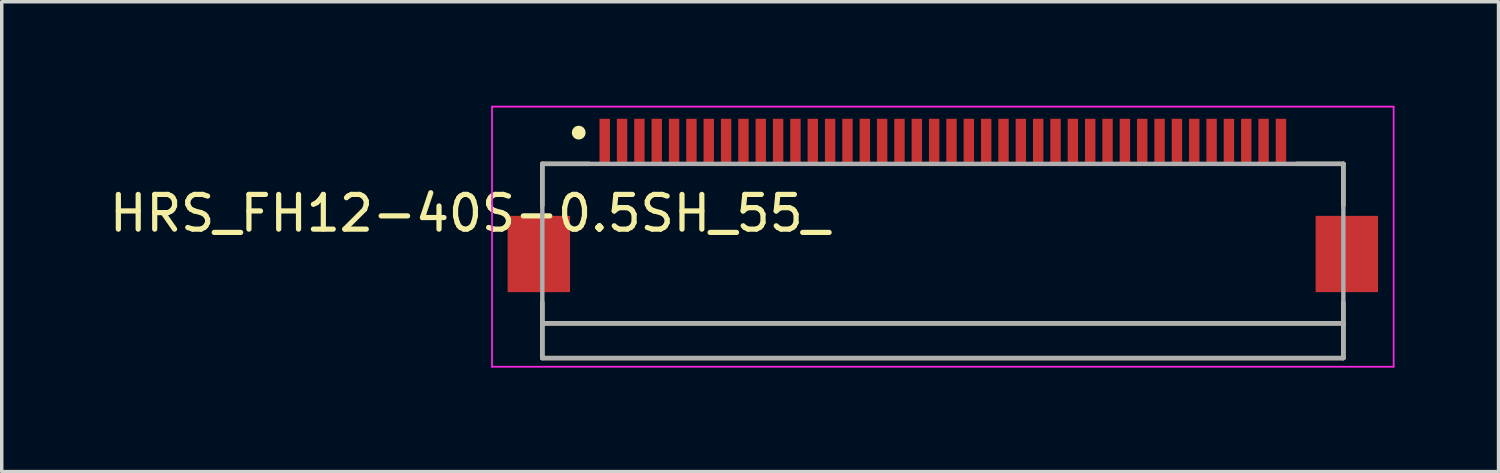
<source format=kicad_pcb>
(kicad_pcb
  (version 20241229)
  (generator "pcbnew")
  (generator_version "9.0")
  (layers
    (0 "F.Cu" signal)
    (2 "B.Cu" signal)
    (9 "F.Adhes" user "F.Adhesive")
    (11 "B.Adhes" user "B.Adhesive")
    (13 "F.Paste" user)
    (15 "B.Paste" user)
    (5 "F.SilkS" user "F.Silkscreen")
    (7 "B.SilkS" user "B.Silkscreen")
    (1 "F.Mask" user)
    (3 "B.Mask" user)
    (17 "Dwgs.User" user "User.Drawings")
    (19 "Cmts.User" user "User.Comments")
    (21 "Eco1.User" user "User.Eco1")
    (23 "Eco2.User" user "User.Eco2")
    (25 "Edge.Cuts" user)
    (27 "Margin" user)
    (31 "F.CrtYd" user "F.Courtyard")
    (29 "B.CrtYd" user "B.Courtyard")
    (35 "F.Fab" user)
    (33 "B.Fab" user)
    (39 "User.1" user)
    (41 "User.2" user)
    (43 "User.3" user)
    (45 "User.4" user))
  (footprint "HRS_FH12-40S-0.5SH_55_"
    (layer "F.Cu")
    (at 24.139 1.025)
    (property "Reference" "HRS_FH12-40S-0.5SH_55_" (at -13.647 2.077 180) (layer "F.SilkS") (effects (font (size 1.001 1.001) (thickness 0.15))))
    (attr smd)
    (fp_line (start -11.55 0.65) (end -11.55 1.85) (stroke (width 0.127) (type solid)) (layer "F.SilkS"))
    (fp_line (start -11.55 4.65) (end -11.55 5.25) (stroke (width 0.127) (type solid)) (layer "F.SilkS"))
    (fp_line (start -11.55 5.25) (end -11.55 6.25) (stroke (width 0.127) (type solid)) (layer "F.SilkS"))
    (fp_line (start -11.55 5.25) (end 11.55 5.25) (stroke (width 0.127) (type solid)) (layer "F.SilkS"))
    (fp_line (start -11.55 6.25) (end 11.55 6.25) (stroke (width 0.127) (type solid)) (layer "F.SilkS"))
    (fp_line (start -10.2 0.65) (end -11.55 0.65) (stroke (width 0.127) (type solid)) (layer "F.SilkS"))
    (fp_line (start 10.2 0.65) (end 11.55 0.65) (stroke (width 0.127) (type solid)) (layer "F.SilkS"))
    (fp_line (start 11.55 0.65) (end 11.55 1.85) (stroke (width 0.127) (type solid)) (layer "F.SilkS"))
    (fp_line (start 11.55 5.25) (end 11.55 4.65) (stroke (width 0.127) (type solid)) (layer "F.SilkS"))
    (fp_line (start 11.55 6.25) (end 11.55 5.25) (stroke (width 0.127) (type solid)) (layer "F.SilkS"))
    (fp_circle (center -10.5 -0.25) (end -10.4 -0.25) (stroke (width 0.2) (type solid)) (fill no) (layer "F.SilkS"))
    (fp_line (start -13 -1) (end 13 -1) (stroke (width 0.05) (type solid)) (layer "F.CrtYd"))
    (fp_line (start -13 6.5) (end -13 -1) (stroke (width 0.05) (type solid)) (layer "F.CrtYd"))
    (fp_line (start 13 -1) (end 13 6.5) (stroke (width 0.05) (type solid)) (layer "F.CrtYd"))
    (fp_line (start 13 6.5) (end -13 6.5) (stroke (width 0.05) (type solid)) (layer "F.CrtYd"))
    (fp_line (start -11.55 0.65) (end 11.55 0.65) (stroke (width 0.127) (type solid)) (layer "F.Fab"))
    (fp_line (start -11.55 5.25) (end -11.55 0.65) (stroke (width 0.127) (type solid)) (layer "F.Fab"))
    (fp_line (start -11.55 5.25) (end 11.55 5.25) (stroke (width 0.127) (type solid)) (layer "F.Fab"))
    (fp_line (start -11.55 6.25) (end -11.55 5.25) (stroke (width 0.127) (type solid)) (layer "F.Fab"))
    (fp_line (start 11.55 0.65) (end 11.55 5.25) (stroke (width 0.127) (type solid)) (layer "F.Fab"))
    (fp_line (start 11.55 5.25) (end 11.55 6.25) (stroke (width 0.127) (type solid)) (layer "F.Fab"))
    (fp_line (start 11.55 6.25) (end -11.55 6.25) (stroke (width 0.127) (type solid)) (layer "F.Fab"))
    (pad "1" smd rect (at -9.75 0) (size 0.3 1.3) (layers "F.Cu" "F.Mask" "F.Paste"))
    (pad "2" smd rect (at -9.25 0) (size 0.3 1.3) (layers "F.Cu" "F.Mask" "F.Paste"))
    (pad "3" smd rect (at -8.75 0) (size 0.3 1.3) (layers "F.Cu" "F.Mask" "F.Paste"))
    (pad "4" smd rect (at -8.25 0) (size 0.3 1.3) (layers "F.Cu" "F.Mask" "F.Paste"))
    (pad "5" smd rect (at -7.75 0) (size 0.3 1.3) (layers "F.Cu" "F.Mask" "F.Paste"))
    (pad "6" smd rect (at -7.25 0) (size 0.3 1.3) (layers "F.Cu" "F.Mask" "F.Paste"))
    (pad "7" smd rect (at -6.75 0) (size 0.3 1.3) (layers "F.Cu" "F.Mask" "F.Paste"))
    (pad "8" smd rect (at -6.25 0) (size 0.3 1.3) (layers "F.Cu" "F.Mask" "F.Paste"))
    (pad "9" smd rect (at -5.75 0) (size 0.3 1.3) (layers "F.Cu" "F.Mask" "F.Paste"))
    (pad "10" smd rect (at -5.25 0) (size 0.3 1.3) (layers "F.Cu" "F.Mask" "F.Paste"))
    (pad "11" smd rect (at -4.75 0) (size 0.3 1.3) (layers "F.Cu" "F.Mask" "F.Paste"))
    (pad "12" smd rect (at -4.25 0) (size 0.3 1.3) (layers "F.Cu" "F.Mask" "F.Paste"))
    (pad "13" smd rect (at -3.75 0) (size 0.3 1.3) (layers "F.Cu" "F.Mask" "F.Paste"))
    (pad "14" smd rect (at -3.25 0) (size 0.3 1.3) (layers "F.Cu" "F.Mask" "F.Paste"))
    (pad "15" smd rect (at -2.75 0) (size 0.3 1.3) (layers "F.Cu" "F.Mask" "F.Paste"))
    (pad "16" smd rect (at -2.25 0) (size 0.3 1.3) (layers "F.Cu" "F.Mask" "F.Paste"))
    (pad "17" smd rect (at -1.75 0) (size 0.3 1.3) (layers "F.Cu" "F.Mask" "F.Paste"))
    (pad "18" smd rect (at -1.25 0) (size 0.3 1.3) (layers "F.Cu" "F.Mask" "F.Paste"))
    (pad "19" smd rect (at -0.75 0) (size 0.3 1.3) (layers "F.Cu" "F.Mask" "F.Paste"))
    (pad "20" smd rect (at -0.25 0) (size 0.3 1.3) (layers "F.Cu" "F.Mask" "F.Paste"))
    (pad "21" smd rect (at 0.25 0) (size 0.3 1.3) (layers "F.Cu" "F.Mask" "F.Paste"))
    (pad "22" smd rect (at 0.75 0) (size 0.3 1.3) (layers "F.Cu" "F.Mask" "F.Paste"))
    (pad "23" smd rect (at 1.25 0) (size 0.3 1.3) (layers "F.Cu" "F.Mask" "F.Paste"))
    (pad "24" smd rect (at 1.75 0) (size 0.3 1.3) (layers "F.Cu" "F.Mask" "F.Paste"))
    (pad "25" smd rect (at 2.25 0) (size 0.3 1.3) (layers "F.Cu" "F.Mask" "F.Paste"))
    (pad "26" smd rect (at 2.75 0) (size 0.3 1.3) (layers "F.Cu" "F.Mask" "F.Paste"))
    (pad "27" smd rect (at 3.25 0) (size 0.3 1.3) (layers "F.Cu" "F.Mask" "F.Paste"))
    (pad "28" smd rect (at 3.75 0) (size 0.3 1.3) (layers "F.Cu" "F.Mask" "F.Paste"))
    (pad "29" smd rect (at 4.25 0) (size 0.3 1.3) (layers "F.Cu" "F.Mask" "F.Paste"))
    (pad "30" smd rect (at 4.75 0) (size 0.3 1.3) (layers "F.Cu" "F.Mask" "F.Paste"))
    (pad "31" smd rect (at 5.25 0) (size 0.3 1.3) (layers "F.Cu" "F.Mask" "F.Paste"))
    (pad "32" smd rect (at 5.75 0) (size 0.3 1.3) (layers "F.Cu" "F.Mask" "F.Paste"))
    (pad "33" smd rect (at 6.25 0) (size 0.3 1.3) (layers "F.Cu" "F.Mask" "F.Paste"))
    (pad "34" smd rect (at 6.75 0) (size 0.3 1.3) (layers "F.Cu" "F.Mask" "F.Paste"))
    (pad "35" smd rect (at 7.25 0) (size 0.3 1.3) (layers "F.Cu" "F.Mask" "F.Paste"))
    (pad "36" smd rect (at 7.75 0) (size 0.3 1.3) (layers "F.Cu" "F.Mask" "F.Paste"))
    (pad "37" smd rect (at 8.25 0) (size 0.3 1.3) (layers "F.Cu" "F.Mask" "F.Paste"))
    (pad "38" smd rect (at 8.75 0) (size 0.3 1.3) (layers "F.Cu" "F.Mask" "F.Paste"))
    (pad "39" smd rect (at 9.25 0) (size 0.3 1.3) (layers "F.Cu" "F.Mask" "F.Paste"))
    (pad "40" smd rect (at 9.75 0) (size 0.3 1.3) (layers "F.Cu" "F.Mask" "F.Paste"))
    (pad "P1" smd rect (at -11.65 3.25) (size 1.8 2.2) (layers "F.Cu" "F.Mask" "F.Paste"))
    (pad "P2" smd rect (at 11.65 3.25) (size 1.8 2.2) (layers "F.Cu" "F.Mask" "F.Paste")))
  (gr_rect
    (start -3 -3)
    (end 40.164 10.55)
    (stroke (width 0.1) (type default))
    (fill no)
    (layer "Edge.Cuts")))
</source>
